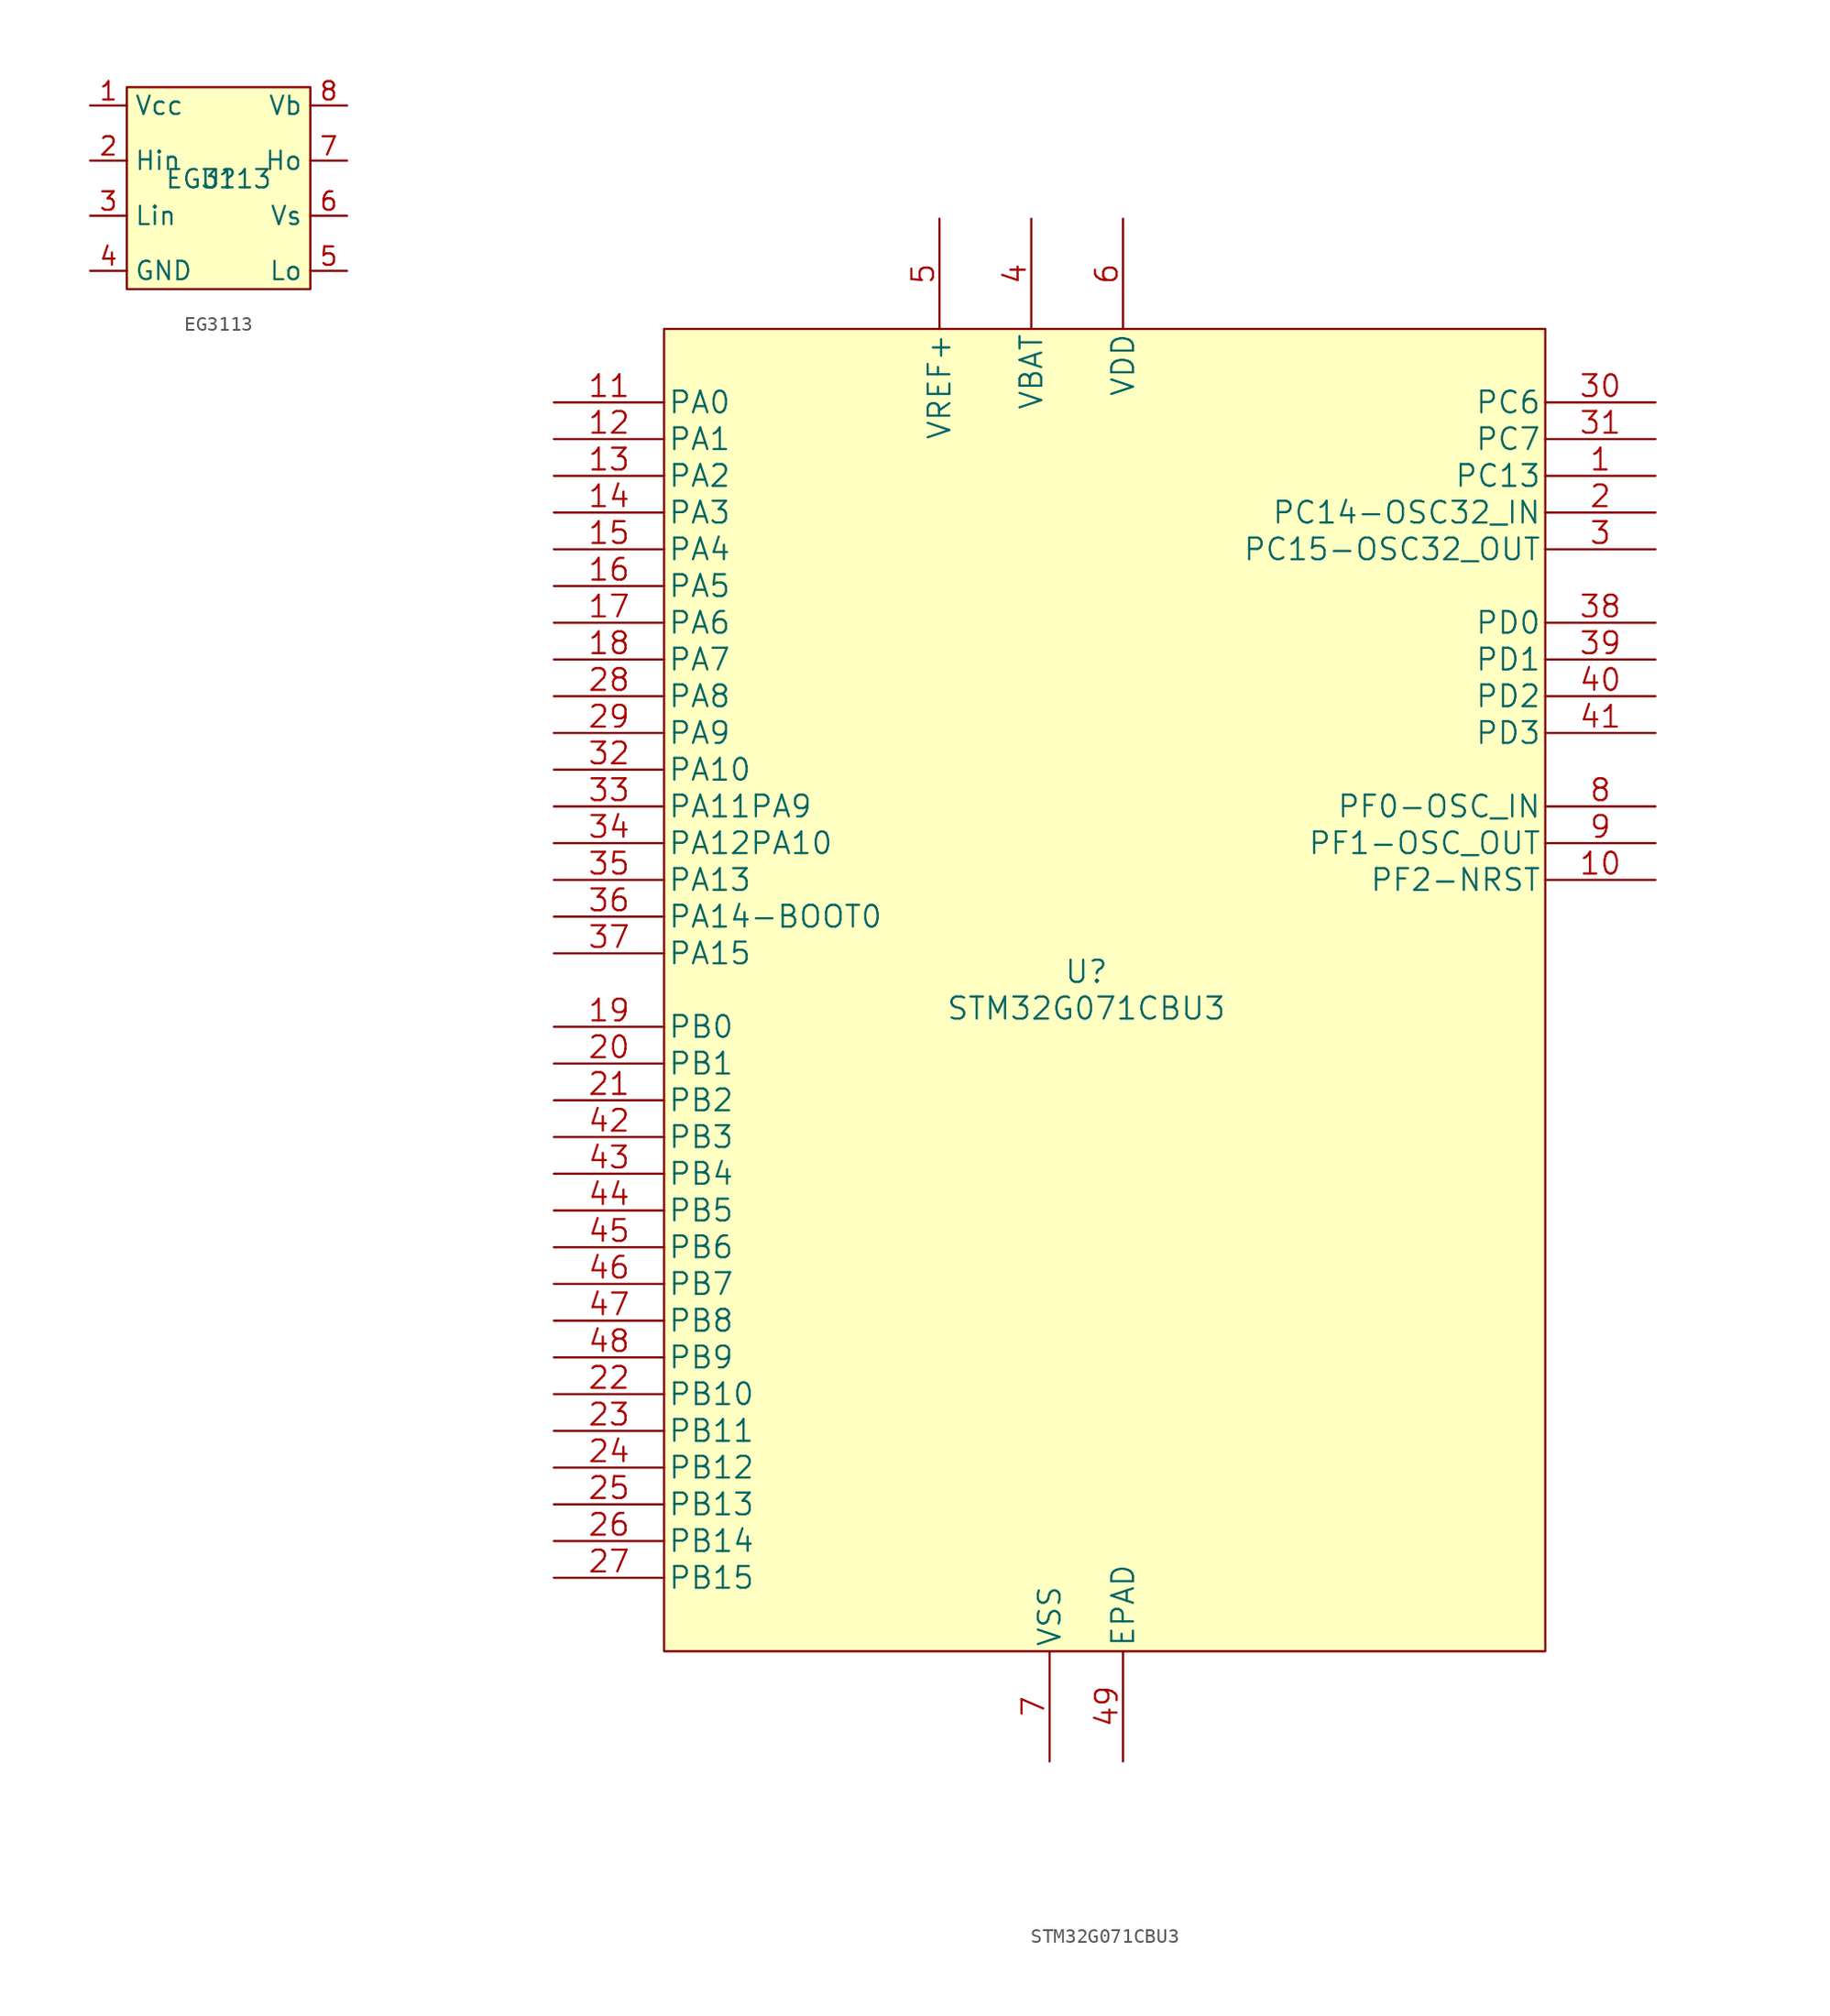
<source format=kicad_sym>
(kicad_symbol_lib
  (version 20211014)
  (generator kicad_symbol_editor)
  (symbol "EG3113"
    (property "Reference" "U"
      (at 0 0 0)
      (effects (font (size 1.27 1.27))))
    (property "Value" "EG3113"
      (at 0 0 0)
      (effects (font (size 1.27 1.27))))
    (symbol "EG3113_0_1"
      (rectangle (start -6.35 6.35) (end 6.35 -7.62) (stroke (width 0) (type default) (color 0 0 0 0)) (fill (type background))))
    (symbol "EG3113_1_1"
      (pin power_in line (at -8.89 5.08 0) (length 2.54) (name "Vcc" (effects (font (size 1.27 1.27)))) (number "1" (effects (font (size 1.27 1.27)))))
      (pin input line (at -8.89 1.27 0) (length 2.54) (name "Hin" (effects (font (size 1.27 1.27)))) (number "2" (effects (font (size 1.27 1.27)))))
      (pin input line (at -8.89 -2.54 0) (length 2.54) (name "Lin" (effects (font (size 1.27 1.27)))) (number "3" (effects (font (size 1.27 1.27)))))
      (pin power_in line (at -8.89 -6.35 0) (length 2.54) (name "GND" (effects (font (size 1.27 1.27)))) (number "4" (effects (font (size 1.27 1.27)))))
      (pin output line (at 8.89 -6.35 180) (length 2.54) (name "Lo" (effects (font (size 1.27 1.27)))) (number "5" (effects (font (size 1.27 1.27)))))
      (pin input line (at 8.89 -2.54 180) (length 2.54) (name "Vs" (effects (font (size 1.27 1.27)))) (number "6" (effects (font (size 1.27 1.27)))))
      (pin output line (at 8.89 1.27 180) (length 2.54) (name "Ho" (effects (font (size 1.27 1.27)))) (number "7" (effects (font (size 1.27 1.27)))))
      (pin power_in line (at 8.89 5.08 180) (length 2.54) (name "Vb" (effects (font (size 1.27 1.27)))) (number "8" (effects (font (size 1.27 1.27)))))))
  (symbol "STM32G071CBU3"
    (pin_names
      (offset 0.254))
    (property "Reference" "U"
      (at 0 1.27 0)
      (effects (font (size 1.524 1.524))))
    (property "Value" "STM32G071CBU3"
      (at 0 -1.27 0)
      (effects (font (size 1.524 1.524))))
    (property "Datasheet" ""
      (at -36.83 40.64 0)
      (effects (font (size 1.524 1.524))))
    (symbol "STM32G071CBU3_0_1"
      (rectangle (start -29.21 45.72) (end 31.75 -45.72) (stroke (width 0) (type default) (color 0 0 0 0)) (fill (type background))))
    (symbol "STM32G071CBU3_1_1"
      (pin bidirectional line (at 39.37 35.56 180) (length 7.62) (name "PC13" (effects (font (size 1.499 1.499)))) (number "1" (effects (font (size 1.499 1.499)))))
      (pin bidirectional line (at 39.37 7.62 180) (length 7.62) (name "PF2-NRST" (effects (font (size 1.499 1.499)))) (number "10" (effects (font (size 1.499 1.499)))))
      (pin bidirectional line (at -36.83 40.64 0) (length 7.62) (name "PA0" (effects (font (size 1.499 1.499)))) (number "11" (effects (font (size 1.499 1.499)))))
      (pin bidirectional line (at -36.83 38.1 0) (length 7.62) (name "PA1" (effects (font (size 1.499 1.499)))) (number "12" (effects (font (size 1.499 1.499)))))
      (pin bidirectional line (at -36.83 35.56 0) (length 7.62) (name "PA2" (effects (font (size 1.499 1.499)))) (number "13" (effects (font (size 1.499 1.499)))))
      (pin bidirectional line (at -36.83 33.02 0) (length 7.62) (name "PA3" (effects (font (size 1.499 1.499)))) (number "14" (effects (font (size 1.499 1.499)))))
      (pin bidirectional line (at -36.83 30.48 0) (length 7.62) (name "PA4" (effects (font (size 1.499 1.499)))) (number "15" (effects (font (size 1.499 1.499)))))
      (pin bidirectional line (at -36.83 27.94 0) (length 7.62) (name "PA5" (effects (font (size 1.499 1.499)))) (number "16" (effects (font (size 1.499 1.499)))))
      (pin bidirectional line (at -36.83 25.4 0) (length 7.62) (name "PA6" (effects (font (size 1.499 1.499)))) (number "17" (effects (font (size 1.499 1.499)))))
      (pin bidirectional line (at -36.83 22.86 0) (length 7.62) (name "PA7" (effects (font (size 1.499 1.499)))) (number "18" (effects (font (size 1.499 1.499)))))
      (pin bidirectional line (at -36.83 -2.54 0) (length 7.62) (name "PB0" (effects (font (size 1.499 1.499)))) (number "19" (effects (font (size 1.499 1.499)))))
      (pin bidirectional line (at 39.37 33.02 180) (length 7.62) (name "PC14-OSC32_IN" (effects (font (size 1.499 1.499)))) (number "2" (effects (font (size 1.499 1.499)))))
      (pin bidirectional line (at -36.83 -5.08 0) (length 7.62) (name "PB1" (effects (font (size 1.499 1.499)))) (number "20" (effects (font (size 1.499 1.499)))))
      (pin bidirectional line (at -36.83 -7.62 0) (length 7.62) (name "PB2" (effects (font (size 1.499 1.499)))) (number "21" (effects (font (size 1.499 1.499)))))
      (pin bidirectional line (at -36.83 -27.94 0) (length 7.62) (name "PB10" (effects (font (size 1.499 1.499)))) (number "22" (effects (font (size 1.499 1.499)))))
      (pin bidirectional line (at -36.83 -30.48 0) (length 7.62) (name "PB11" (effects (font (size 1.499 1.499)))) (number "23" (effects (font (size 1.499 1.499)))))
      (pin bidirectional line (at -36.83 -33.02 0) (length 7.62) (name "PB12" (effects (font (size 1.499 1.499)))) (number "24" (effects (font (size 1.499 1.499)))))
      (pin bidirectional line (at -36.83 -35.56 0) (length 7.62) (name "PB13" (effects (font (size 1.499 1.499)))) (number "25" (effects (font (size 1.499 1.499)))))
      (pin bidirectional line (at -36.83 -38.1 0) (length 7.62) (name "PB14" (effects (font (size 1.499 1.499)))) (number "26" (effects (font (size 1.499 1.499)))))
      (pin bidirectional line (at -36.83 -40.64 0) (length 7.62) (name "PB15" (effects (font (size 1.499 1.499)))) (number "27" (effects (font (size 1.499 1.499)))))
      (pin bidirectional line (at -36.83 20.32 0) (length 7.62) (name "PA8" (effects (font (size 1.499 1.499)))) (number "28" (effects (font (size 1.499 1.499)))))
      (pin bidirectional line (at -36.83 17.78 0) (length 7.62) (name "PA9" (effects (font (size 1.499 1.499)))) (number "29" (effects (font (size 1.499 1.499)))))
      (pin bidirectional line (at 39.37 30.48 180) (length 7.62) (name "PC15-OSC32_OUT" (effects (font (size 1.499 1.499)))) (number "3" (effects (font (size 1.499 1.499)))))
      (pin bidirectional line (at 39.37 40.64 180) (length 7.62) (name "PC6" (effects (font (size 1.499 1.499)))) (number "30" (effects (font (size 1.499 1.499)))))
      (pin bidirectional line (at 39.37 38.1 180) (length 7.62) (name "PC7" (effects (font (size 1.499 1.499)))) (number "31" (effects (font (size 1.499 1.499)))))
      (pin bidirectional line (at -36.83 15.24 0) (length 7.62) (name "PA10" (effects (font (size 1.499 1.499)))) (number "32" (effects (font (size 1.499 1.499)))))
      (pin bidirectional line (at -36.83 12.7 0) (length 7.62) (name "PA11PA9" (effects (font (size 1.499 1.499)))) (number "33" (effects (font (size 1.499 1.499)))))
      (pin bidirectional line (at -36.83 10.16 0) (length 7.62) (name "PA12PA10" (effects (font (size 1.499 1.499)))) (number "34" (effects (font (size 1.499 1.499)))))
      (pin bidirectional line (at -36.83 7.62 0) (length 7.62) (name "PA13" (effects (font (size 1.499 1.499)))) (number "35" (effects (font (size 1.499 1.499)))))
      (pin bidirectional line (at -36.83 5.08 0) (length 7.62) (name "PA14-BOOT0" (effects (font (size 1.499 1.499)))) (number "36" (effects (font (size 1.499 1.499)))))
      (pin bidirectional line (at -36.83 2.54 0) (length 7.62) (name "PA15" (effects (font (size 1.499 1.499)))) (number "37" (effects (font (size 1.499 1.499)))))
      (pin bidirectional line (at 39.37 25.4 180) (length 7.62) (name "PD0" (effects (font (size 1.499 1.499)))) (number "38" (effects (font (size 1.499 1.499)))))
      (pin bidirectional line (at 39.37 22.86 180) (length 7.62) (name "PD1" (effects (font (size 1.499 1.499)))) (number "39" (effects (font (size 1.499 1.499)))))
      (pin power_in line (at -3.81 53.34 270) (length 7.62) (name "VBAT" (effects (font (size 1.499 1.499)))) (number "4" (effects (font (size 1.499 1.499)))))
      (pin bidirectional line (at 39.37 20.32 180) (length 7.62) (name "PD2" (effects (font (size 1.499 1.499)))) (number "40" (effects (font (size 1.499 1.499)))))
      (pin bidirectional line (at 39.37 17.78 180) (length 7.62) (name "PD3" (effects (font (size 1.499 1.499)))) (number "41" (effects (font (size 1.499 1.499)))))
      (pin bidirectional line (at -36.83 -10.16 0) (length 7.62) (name "PB3" (effects (font (size 1.499 1.499)))) (number "42" (effects (font (size 1.499 1.499)))))
      (pin bidirectional line (at -36.83 -12.7 0) (length 7.62) (name "PB4" (effects (font (size 1.499 1.499)))) (number "43" (effects (font (size 1.499 1.499)))))
      (pin bidirectional line (at -36.83 -15.24 0) (length 7.62) (name "PB5" (effects (font (size 1.499 1.499)))) (number "44" (effects (font (size 1.499 1.499)))))
      (pin bidirectional line (at -36.83 -17.78 0) (length 7.62) (name "PB6" (effects (font (size 1.499 1.499)))) (number "45" (effects (font (size 1.499 1.499)))))
      (pin bidirectional line (at -36.83 -20.32 0) (length 7.62) (name "PB7" (effects (font (size 1.499 1.499)))) (number "46" (effects (font (size 1.499 1.499)))))
      (pin bidirectional line (at -36.83 -22.86 0) (length 7.62) (name "PB8" (effects (font (size 1.499 1.499)))) (number "47" (effects (font (size 1.499 1.499)))))
      (pin bidirectional line (at -36.83 -25.4 0) (length 7.62) (name "PB9" (effects (font (size 1.499 1.499)))) (number "48" (effects (font (size 1.499 1.499)))))
      (pin unspecified line (at 2.54 -53.34 90) (length 7.62) (name "EPAD" (effects (font (size 1.499 1.499)))) (number "49" (effects (font (size 1.499 1.499)))))
      (pin power_in line (at -10.16 53.34 270) (length 7.62) (name "VREF+" (effects (font (size 1.499 1.499)))) (number "5" (effects (font (size 1.499 1.499)))))
      (pin power_in line (at 2.54 53.34 270) (length 7.62) (name "VDD" (effects (font (size 1.499 1.499)))) (number "6" (effects (font (size 1.499 1.499)))))
      (pin power_in line (at -2.54 -53.34 90) (length 7.62) (name "VSS" (effects (font (size 1.499 1.499)))) (number "7" (effects (font (size 1.499 1.499)))))
      (pin bidirectional line (at 39.37 12.7 180) (length 7.62) (name "PF0-OSC_IN" (effects (font (size 1.499 1.499)))) (number "8" (effects (font (size 1.499 1.499)))))
      (pin bidirectional line (at 39.37 10.16 180) (length 7.62) (name "PF1-OSC_OUT" (effects (font (size 1.499 1.499)))) (number "9" (effects (font (size 1.499 1.499))))))))
</source>
